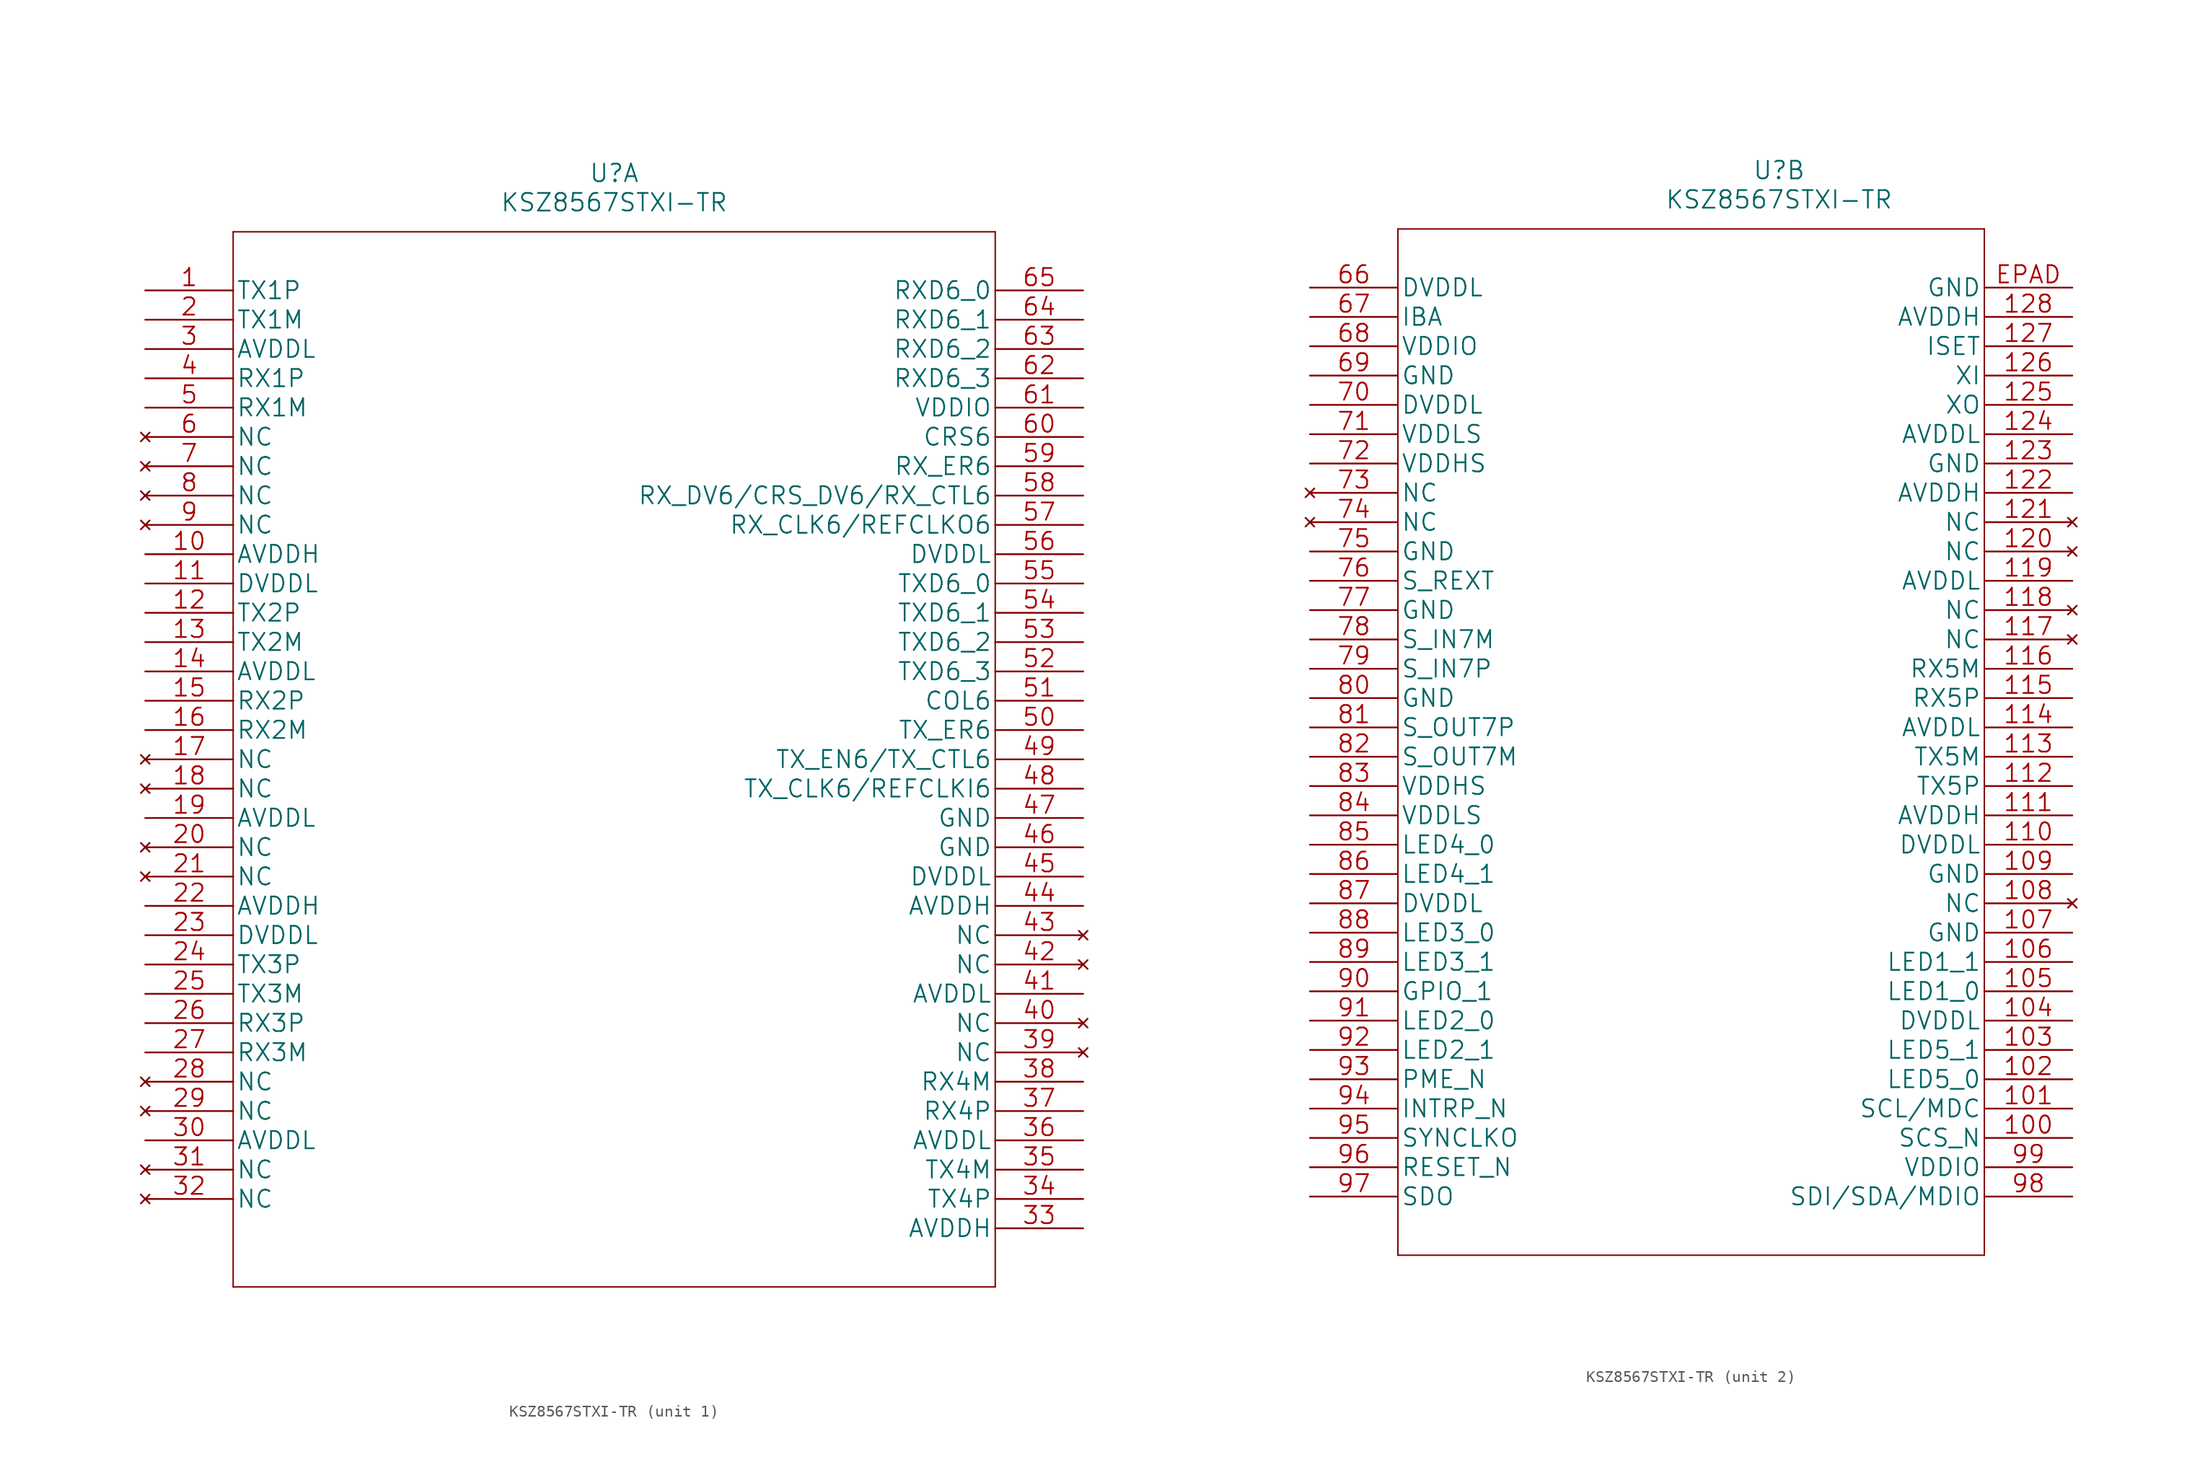
<source format=kicad_sym>
(kicad_symbol_lib
  (version 20220914)
  (generator kicad_symbol_editor)
  (symbol "KSZ8567STXI-TR"
    (pin_names
      (offset 0.254))
    (property "Reference" "U"
      (at 40.64 10.16 0)
      (effects (font (size 1.524 1.524))))
    (property "Value" "KSZ8567STXI-TR"
      (at 40.64 7.62 0)
      (effects (font (size 1.524 1.524))))
    (property "Datasheet" ""
      (at 0 0 0)
      (effects (font (size 1.524 1.524))))
    (property "ki_locked" ""
      (at 0 0 0)
      (effects (font (size 1.27 1.27))))
    (symbol "KSZ8567STXI-TR_1_1"
      (polyline (pts (xy 7.62 -86.36) (xy 73.66 -86.36)) (stroke (width 0.127) (type default)) (fill (type none)))
      (polyline (pts (xy 7.62 5.08) (xy 7.62 -86.36)) (stroke (width 0.127) (type default)) (fill (type none)))
      (polyline (pts (xy 73.66 -86.36) (xy 73.66 5.08)) (stroke (width 0.127) (type default)) (fill (type none)))
      (polyline (pts (xy 73.66 5.08) (xy 7.62 5.08)) (stroke (width 0.127) (type default)) (fill (type none)))
      (pin unspecified line (at 0 0 0) (length 7.62) (name "TX1P" (effects (font (size 1.499 1.499)))) (number "1" (effects (font (size 1.499 1.499)))))
      (pin power_in line (at 0 -22.86 0) (length 7.62) (name "AVDDH" (effects (font (size 1.499 1.499)))) (number "10" (effects (font (size 1.499 1.499)))))
      (pin power_in line (at 0 -25.4 0) (length 7.62) (name "DVDDL" (effects (font (size 1.499 1.499)))) (number "11" (effects (font (size 1.499 1.499)))))
      (pin unspecified line (at 0 -27.94 0) (length 7.62) (name "TX2P" (effects (font (size 1.499 1.499)))) (number "12" (effects (font (size 1.499 1.499)))))
      (pin unspecified line (at 0 -30.48 0) (length 7.62) (name "TX2M" (effects (font (size 1.499 1.499)))) (number "13" (effects (font (size 1.499 1.499)))))
      (pin power_in line (at 0 -33.02 0) (length 7.62) (name "AVDDL" (effects (font (size 1.499 1.499)))) (number "14" (effects (font (size 1.499 1.499)))))
      (pin unspecified line (at 0 -35.56 0) (length 7.62) (name "RX2P" (effects (font (size 1.499 1.499)))) (number "15" (effects (font (size 1.499 1.499)))))
      (pin unspecified line (at 0 -38.1 0) (length 7.62) (name "RX2M" (effects (font (size 1.499 1.499)))) (number "16" (effects (font (size 1.499 1.499)))))
      (pin no_connect line (at 0 -40.64 0) (length 7.62) (name "NC" (effects (font (size 1.499 1.499)))) (number "17" (effects (font (size 1.499 1.499)))))
      (pin no_connect line (at 0 -43.18 0) (length 7.62) (name "NC" (effects (font (size 1.499 1.499)))) (number "18" (effects (font (size 1.499 1.499)))))
      (pin power_in line (at 0 -45.72 0) (length 7.62) (name "AVDDL" (effects (font (size 1.499 1.499)))) (number "19" (effects (font (size 1.499 1.499)))))
      (pin unspecified line (at 0 -2.54 0) (length 7.62) (name "TX1M" (effects (font (size 1.499 1.499)))) (number "2" (effects (font (size 1.499 1.499)))))
      (pin no_connect line (at 0 -48.26 0) (length 7.62) (name "NC" (effects (font (size 1.499 1.499)))) (number "20" (effects (font (size 1.499 1.499)))))
      (pin no_connect line (at 0 -50.8 0) (length 7.62) (name "NC" (effects (font (size 1.499 1.499)))) (number "21" (effects (font (size 1.499 1.499)))))
      (pin power_in line (at 0 -53.34 0) (length 7.62) (name "AVDDH" (effects (font (size 1.499 1.499)))) (number "22" (effects (font (size 1.499 1.499)))))
      (pin power_in line (at 0 -55.88 0) (length 7.62) (name "DVDDL" (effects (font (size 1.499 1.499)))) (number "23" (effects (font (size 1.499 1.499)))))
      (pin unspecified line (at 0 -58.42 0) (length 7.62) (name "TX3P" (effects (font (size 1.499 1.499)))) (number "24" (effects (font (size 1.499 1.499)))))
      (pin unspecified line (at 0 -60.96 0) (length 7.62) (name "TX3M" (effects (font (size 1.499 1.499)))) (number "25" (effects (font (size 1.499 1.499)))))
      (pin unspecified line (at 0 -63.5 0) (length 7.62) (name "RX3P" (effects (font (size 1.499 1.499)))) (number "26" (effects (font (size 1.499 1.499)))))
      (pin unspecified line (at 0 -66.04 0) (length 7.62) (name "RX3M" (effects (font (size 1.499 1.499)))) (number "27" (effects (font (size 1.499 1.499)))))
      (pin no_connect line (at 0 -68.58 0) (length 7.62) (name "NC" (effects (font (size 1.499 1.499)))) (number "28" (effects (font (size 1.499 1.499)))))
      (pin no_connect line (at 0 -71.12 0) (length 7.62) (name "NC" (effects (font (size 1.499 1.499)))) (number "29" (effects (font (size 1.499 1.499)))))
      (pin power_in line (at 0 -5.08 0) (length 7.62) (name "AVDDL" (effects (font (size 1.499 1.499)))) (number "3" (effects (font (size 1.499 1.499)))))
      (pin power_in line (at 0 -73.66 0) (length 7.62) (name "AVDDL" (effects (font (size 1.499 1.499)))) (number "30" (effects (font (size 1.499 1.499)))))
      (pin no_connect line (at 0 -76.2 0) (length 7.62) (name "NC" (effects (font (size 1.499 1.499)))) (number "31" (effects (font (size 1.499 1.499)))))
      (pin no_connect line (at 0 -78.74 0) (length 7.62) (name "NC" (effects (font (size 1.499 1.499)))) (number "32" (effects (font (size 1.499 1.499)))))
      (pin power_in line (at 81.28 -81.28 180) (length 7.62) (name "AVDDH" (effects (font (size 1.499 1.499)))) (number "33" (effects (font (size 1.499 1.499)))))
      (pin unspecified line (at 81.28 -78.74 180) (length 7.62) (name "TX4P" (effects (font (size 1.499 1.499)))) (number "34" (effects (font (size 1.499 1.499)))))
      (pin unspecified line (at 81.28 -76.2 180) (length 7.62) (name "TX4M" (effects (font (size 1.499 1.499)))) (number "35" (effects (font (size 1.499 1.499)))))
      (pin power_in line (at 81.28 -73.66 180) (length 7.62) (name "AVDDL" (effects (font (size 1.499 1.499)))) (number "36" (effects (font (size 1.499 1.499)))))
      (pin unspecified line (at 81.28 -71.12 180) (length 7.62) (name "RX4P" (effects (font (size 1.499 1.499)))) (number "37" (effects (font (size 1.499 1.499)))))
      (pin unspecified line (at 81.28 -68.58 180) (length 7.62) (name "RX4M" (effects (font (size 1.499 1.499)))) (number "38" (effects (font (size 1.499 1.499)))))
      (pin no_connect line (at 81.28 -66.04 180) (length 7.62) (name "NC" (effects (font (size 1.499 1.499)))) (number "39" (effects (font (size 1.499 1.499)))))
      (pin unspecified line (at 0 -7.62 0) (length 7.62) (name "RX1P" (effects (font (size 1.499 1.499)))) (number "4" (effects (font (size 1.499 1.499)))))
      (pin no_connect line (at 81.28 -63.5 180) (length 7.62) (name "NC" (effects (font (size 1.499 1.499)))) (number "40" (effects (font (size 1.499 1.499)))))
      (pin power_in line (at 81.28 -60.96 180) (length 7.62) (name "AVDDL" (effects (font (size 1.499 1.499)))) (number "41" (effects (font (size 1.499 1.499)))))
      (pin no_connect line (at 81.28 -58.42 180) (length 7.62) (name "NC" (effects (font (size 1.499 1.499)))) (number "42" (effects (font (size 1.499 1.499)))))
      (pin no_connect line (at 81.28 -55.88 180) (length 7.62) (name "NC" (effects (font (size 1.499 1.499)))) (number "43" (effects (font (size 1.499 1.499)))))
      (pin power_in line (at 81.28 -53.34 180) (length 7.62) (name "AVDDH" (effects (font (size 1.499 1.499)))) (number "44" (effects (font (size 1.499 1.499)))))
      (pin power_in line (at 81.28 -50.8 180) (length 7.62) (name "DVDDL" (effects (font (size 1.499 1.499)))) (number "45" (effects (font (size 1.499 1.499)))))
      (pin power_in line (at 81.28 -48.26 180) (length 7.62) (name "GND" (effects (font (size 1.499 1.499)))) (number "46" (effects (font (size 1.499 1.499)))))
      (pin power_in line (at 81.28 -45.72 180) (length 7.62) (name "GND" (effects (font (size 1.499 1.499)))) (number "47" (effects (font (size 1.499 1.499)))))
      (pin bidirectional line (at 81.28 -43.18 180) (length 7.62) (name "TX_CLK6/REFCLKI6" (effects (font (size 1.499 1.499)))) (number "48" (effects (font (size 1.499 1.499)))))
      (pin input line (at 81.28 -40.64 180) (length 7.62) (name "TX_EN6/TX_CTL6" (effects (font (size 1.499 1.499)))) (number "49" (effects (font (size 1.499 1.499)))))
      (pin unspecified line (at 0 -10.16 0) (length 7.62) (name "RX1M" (effects (font (size 1.499 1.499)))) (number "5" (effects (font (size 1.499 1.499)))))
      (pin input line (at 81.28 -38.1 180) (length 7.62) (name "TX_ER6" (effects (font (size 1.499 1.499)))) (number "50" (effects (font (size 1.499 1.499)))))
      (pin bidirectional line (at 81.28 -35.56 180) (length 7.62) (name "COL6" (effects (font (size 1.499 1.499)))) (number "51" (effects (font (size 1.499 1.499)))))
      (pin input line (at 81.28 -33.02 180) (length 7.62) (name "TXD6_3" (effects (font (size 1.499 1.499)))) (number "52" (effects (font (size 1.499 1.499)))))
      (pin input line (at 81.28 -30.48 180) (length 7.62) (name "TXD6_2" (effects (font (size 1.499 1.499)))) (number "53" (effects (font (size 1.499 1.499)))))
      (pin input line (at 81.28 -27.94 180) (length 7.62) (name "TXD6_1" (effects (font (size 1.499 1.499)))) (number "54" (effects (font (size 1.499 1.499)))))
      (pin input line (at 81.28 -25.4 180) (length 7.62) (name "TXD6_0" (effects (font (size 1.499 1.499)))) (number "55" (effects (font (size 1.499 1.499)))))
      (pin power_in line (at 81.28 -22.86 180) (length 7.62) (name "DVDDL" (effects (font (size 1.499 1.499)))) (number "56" (effects (font (size 1.499 1.499)))))
      (pin bidirectional line (at 81.28 -20.32 180) (length 7.62) (name "RX_CLK6/REFCLKO6" (effects (font (size 1.499 1.499)))) (number "57" (effects (font (size 1.499 1.499)))))
      (pin bidirectional line (at 81.28 -17.78 180) (length 7.62) (name "RX_DV6/CRS_DV6/RX_CTL6" (effects (font (size 1.499 1.499)))) (number "58" (effects (font (size 1.499 1.499)))))
      (pin bidirectional line (at 81.28 -15.24 180) (length 7.62) (name "RX_ER6" (effects (font (size 1.499 1.499)))) (number "59" (effects (font (size 1.499 1.499)))))
      (pin no_connect line (at 0 -12.7 0) (length 7.62) (name "NC" (effects (font (size 1.499 1.499)))) (number "6" (effects (font (size 1.499 1.499)))))
      (pin bidirectional line (at 81.28 -12.7 180) (length 7.62) (name "CRS6" (effects (font (size 1.499 1.499)))) (number "60" (effects (font (size 1.499 1.499)))))
      (pin power_in line (at 81.28 -10.16 180) (length 7.62) (name "VDDIO" (effects (font (size 1.499 1.499)))) (number "61" (effects (font (size 1.499 1.499)))))
      (pin bidirectional line (at 81.28 -7.62 180) (length 7.62) (name "RXD6_3" (effects (font (size 1.499 1.499)))) (number "62" (effects (font (size 1.499 1.499)))))
      (pin bidirectional line (at 81.28 -5.08 180) (length 7.62) (name "RXD6_2" (effects (font (size 1.499 1.499)))) (number "63" (effects (font (size 1.499 1.499)))))
      (pin bidirectional line (at 81.28 -2.54 180) (length 7.62) (name "RXD6_1" (effects (font (size 1.499 1.499)))) (number "64" (effects (font (size 1.499 1.499)))))
      (pin bidirectional line (at 81.28 0 180) (length 7.62) (name "RXD6_0" (effects (font (size 1.499 1.499)))) (number "65" (effects (font (size 1.499 1.499)))))
      (pin no_connect line (at 0 -15.24 0) (length 7.62) (name "NC" (effects (font (size 1.499 1.499)))) (number "7" (effects (font (size 1.499 1.499)))))
      (pin no_connect line (at 0 -17.78 0) (length 7.62) (name "NC" (effects (font (size 1.499 1.499)))) (number "8" (effects (font (size 1.499 1.499)))))
      (pin no_connect line (at 0 -20.32 0) (length 7.62) (name "NC" (effects (font (size 1.499 1.499)))) (number "9" (effects (font (size 1.499 1.499))))))
    (symbol "KSZ8567STXI-TR_2_1"
      (polyline (pts (xy 7.62 -83.82) (xy 58.42 -83.82)) (stroke (width 0.127) (type default)) (fill (type none)))
      (polyline (pts (xy 7.62 5.08) (xy 7.62 -83.82)) (stroke (width 0.127) (type default)) (fill (type none)))
      (polyline (pts (xy 58.42 -83.82) (xy 58.42 5.08)) (stroke (width 0.127) (type default)) (fill (type none)))
      (polyline (pts (xy 58.42 5.08) (xy 7.62 5.08)) (stroke (width 0.127) (type default)) (fill (type none)))
      (pin input line (at 66.04 -73.66 180) (length 7.62) (name "SCS_N" (effects (font (size 1.499 1.499)))) (number "100" (effects (font (size 1.499 1.499)))))
      (pin input line (at 66.04 -71.12 180) (length 7.62) (name "SCL/MDC" (effects (font (size 1.499 1.499)))) (number "101" (effects (font (size 1.499 1.499)))))
      (pin bidirectional line (at 66.04 -68.58 180) (length 7.62) (name "LED5_0" (effects (font (size 1.499 1.499)))) (number "102" (effects (font (size 1.499 1.499)))))
      (pin bidirectional line (at 66.04 -66.04 180) (length 7.62) (name "LED5_1" (effects (font (size 1.499 1.499)))) (number "103" (effects (font (size 1.499 1.499)))))
      (pin power_in line (at 66.04 -63.5 180) (length 7.62) (name "DVDDL" (effects (font (size 1.499 1.499)))) (number "104" (effects (font (size 1.499 1.499)))))
      (pin bidirectional line (at 66.04 -60.96 180) (length 7.62) (name "LED1_0" (effects (font (size 1.499 1.499)))) (number "105" (effects (font (size 1.499 1.499)))))
      (pin bidirectional line (at 66.04 -58.42 180) (length 7.62) (name "LED1_1" (effects (font (size 1.499 1.499)))) (number "106" (effects (font (size 1.499 1.499)))))
      (pin power_in line (at 66.04 -55.88 180) (length 7.62) (name "GND" (effects (font (size 1.499 1.499)))) (number "107" (effects (font (size 1.499 1.499)))))
      (pin no_connect line (at 66.04 -53.34 180) (length 7.62) (name "NC" (effects (font (size 1.499 1.499)))) (number "108" (effects (font (size 1.499 1.499)))))
      (pin power_in line (at 66.04 -50.8 180) (length 7.62) (name "GND" (effects (font (size 1.499 1.499)))) (number "109" (effects (font (size 1.499 1.499)))))
      (pin power_in line (at 66.04 -48.26 180) (length 7.62) (name "DVDDL" (effects (font (size 1.499 1.499)))) (number "110" (effects (font (size 1.499 1.499)))))
      (pin power_in line (at 66.04 -45.72 180) (length 7.62) (name "AVDDH" (effects (font (size 1.499 1.499)))) (number "111" (effects (font (size 1.499 1.499)))))
      (pin unspecified line (at 66.04 -43.18 180) (length 7.62) (name "TX5P" (effects (font (size 1.499 1.499)))) (number "112" (effects (font (size 1.499 1.499)))))
      (pin unspecified line (at 66.04 -40.64 180) (length 7.62) (name "TX5M" (effects (font (size 1.499 1.499)))) (number "113" (effects (font (size 1.499 1.499)))))
      (pin power_in line (at 66.04 -38.1 180) (length 7.62) (name "AVDDL" (effects (font (size 1.499 1.499)))) (number "114" (effects (font (size 1.499 1.499)))))
      (pin unspecified line (at 66.04 -35.56 180) (length 7.62) (name "RX5P" (effects (font (size 1.499 1.499)))) (number "115" (effects (font (size 1.499 1.499)))))
      (pin unspecified line (at 66.04 -33.02 180) (length 7.62) (name "RX5M" (effects (font (size 1.499 1.499)))) (number "116" (effects (font (size 1.499 1.499)))))
      (pin no_connect line (at 66.04 -30.48 180) (length 7.62) (name "NC" (effects (font (size 1.499 1.499)))) (number "117" (effects (font (size 1.499 1.499)))))
      (pin no_connect line (at 66.04 -27.94 180) (length 7.62) (name "NC" (effects (font (size 1.499 1.499)))) (number "118" (effects (font (size 1.499 1.499)))))
      (pin power_in line (at 66.04 -25.4 180) (length 7.62) (name "AVDDL" (effects (font (size 1.499 1.499)))) (number "119" (effects (font (size 1.499 1.499)))))
      (pin no_connect line (at 66.04 -22.86 180) (length 7.62) (name "NC" (effects (font (size 1.499 1.499)))) (number "120" (effects (font (size 1.499 1.499)))))
      (pin no_connect line (at 66.04 -20.32 180) (length 7.62) (name "NC" (effects (font (size 1.499 1.499)))) (number "121" (effects (font (size 1.499 1.499)))))
      (pin power_in line (at 66.04 -17.78 180) (length 7.62) (name "AVDDH" (effects (font (size 1.499 1.499)))) (number "122" (effects (font (size 1.499 1.499)))))
      (pin power_in line (at 66.04 -15.24 180) (length 7.62) (name "GND" (effects (font (size 1.499 1.499)))) (number "123" (effects (font (size 1.499 1.499)))))
      (pin power_in line (at 66.04 -12.7 180) (length 7.62) (name "AVDDL" (effects (font (size 1.499 1.499)))) (number "124" (effects (font (size 1.499 1.499)))))
      (pin output line (at 66.04 -10.16 180) (length 7.62) (name "XO" (effects (font (size 1.499 1.499)))) (number "125" (effects (font (size 1.499 1.499)))))
      (pin input line (at 66.04 -7.62 180) (length 7.62) (name "XI" (effects (font (size 1.499 1.499)))) (number "126" (effects (font (size 1.499 1.499)))))
      (pin unspecified line (at 66.04 -5.08 180) (length 7.62) (name "ISET" (effects (font (size 1.499 1.499)))) (number "127" (effects (font (size 1.499 1.499)))))
      (pin power_in line (at 66.04 -2.54 180) (length 7.62) (name "AVDDH" (effects (font (size 1.499 1.499)))) (number "128" (effects (font (size 1.499 1.499)))))
      (pin power_in line (at 0 0 0) (length 7.62) (name "DVDDL" (effects (font (size 1.499 1.499)))) (number "66" (effects (font (size 1.499 1.499)))))
      (pin input line (at 0 -2.54 0) (length 7.62) (name "IBA" (effects (font (size 1.499 1.499)))) (number "67" (effects (font (size 1.499 1.499)))))
      (pin power_in line (at 0 -5.08 0) (length 7.62) (name "VDDIO" (effects (font (size 1.499 1.499)))) (number "68" (effects (font (size 1.499 1.499)))))
      (pin power_in line (at 0 -7.62 0) (length 7.62) (name "GND" (effects (font (size 1.499 1.499)))) (number "69" (effects (font (size 1.499 1.499)))))
      (pin power_in line (at 0 -10.16 0) (length 7.62) (name "DVDDL" (effects (font (size 1.499 1.499)))) (number "70" (effects (font (size 1.499 1.499)))))
      (pin power_in line (at 0 -12.7 0) (length 7.62) (name "VDDLS" (effects (font (size 1.499 1.499)))) (number "71" (effects (font (size 1.499 1.499)))))
      (pin power_in line (at 0 -15.24 0) (length 7.62) (name "VDDHS" (effects (font (size 1.499 1.499)))) (number "72" (effects (font (size 1.499 1.499)))))
      (pin no_connect line (at 0 -17.78 0) (length 7.62) (name "NC" (effects (font (size 1.499 1.499)))) (number "73" (effects (font (size 1.499 1.499)))))
      (pin no_connect line (at 0 -20.32 0) (length 7.62) (name "NC" (effects (font (size 1.499 1.499)))) (number "74" (effects (font (size 1.499 1.499)))))
      (pin power_in line (at 0 -22.86 0) (length 7.62) (name "GND" (effects (font (size 1.499 1.499)))) (number "75" (effects (font (size 1.499 1.499)))))
      (pin unspecified line (at 0 -25.4 0) (length 7.62) (name "S_REXT" (effects (font (size 1.499 1.499)))) (number "76" (effects (font (size 1.499 1.499)))))
      (pin power_in line (at 0 -27.94 0) (length 7.62) (name "GND" (effects (font (size 1.499 1.499)))) (number "77" (effects (font (size 1.499 1.499)))))
      (pin input line (at 0 -30.48 0) (length 7.62) (name "S_IN7M" (effects (font (size 1.499 1.499)))) (number "78" (effects (font (size 1.499 1.499)))))
      (pin input line (at 0 -33.02 0) (length 7.62) (name "S_IN7P" (effects (font (size 1.499 1.499)))) (number "79" (effects (font (size 1.499 1.499)))))
      (pin power_in line (at 0 -35.56 0) (length 7.62) (name "GND" (effects (font (size 1.499 1.499)))) (number "80" (effects (font (size 1.499 1.499)))))
      (pin output line (at 0 -38.1 0) (length 7.62) (name "S_OUT7P" (effects (font (size 1.499 1.499)))) (number "81" (effects (font (size 1.499 1.499)))))
      (pin output line (at 0 -40.64 0) (length 7.62) (name "S_OUT7M" (effects (font (size 1.499 1.499)))) (number "82" (effects (font (size 1.499 1.499)))))
      (pin power_in line (at 0 -43.18 0) (length 7.62) (name "VDDHS" (effects (font (size 1.499 1.499)))) (number "83" (effects (font (size 1.499 1.499)))))
      (pin power_in line (at 0 -45.72 0) (length 7.62) (name "VDDLS" (effects (font (size 1.499 1.499)))) (number "84" (effects (font (size 1.499 1.499)))))
      (pin bidirectional line (at 0 -48.26 0) (length 7.62) (name "LED4_0" (effects (font (size 1.499 1.499)))) (number "85" (effects (font (size 1.499 1.499)))))
      (pin bidirectional line (at 0 -50.8 0) (length 7.62) (name "LED4_1" (effects (font (size 1.499 1.499)))) (number "86" (effects (font (size 1.499 1.499)))))
      (pin power_in line (at 0 -53.34 0) (length 7.62) (name "DVDDL" (effects (font (size 1.499 1.499)))) (number "87" (effects (font (size 1.499 1.499)))))
      (pin bidirectional line (at 0 -55.88 0) (length 7.62) (name "LED3_0" (effects (font (size 1.499 1.499)))) (number "88" (effects (font (size 1.499 1.499)))))
      (pin bidirectional line (at 0 -58.42 0) (length 7.62) (name "LED3_1" (effects (font (size 1.499 1.499)))) (number "89" (effects (font (size 1.499 1.499)))))
      (pin bidirectional line (at 0 -60.96 0) (length 7.62) (name "GPIO_1" (effects (font (size 1.499 1.499)))) (number "90" (effects (font (size 1.499 1.499)))))
      (pin bidirectional line (at 0 -63.5 0) (length 7.62) (name "LED2_0" (effects (font (size 1.499 1.499)))) (number "91" (effects (font (size 1.499 1.499)))))
      (pin bidirectional line (at 0 -66.04 0) (length 7.62) (name "LED2_1" (effects (font (size 1.499 1.499)))) (number "92" (effects (font (size 1.499 1.499)))))
      (pin output line (at 0 -68.58 0) (length 7.62) (name "PME_N" (effects (font (size 1.499 1.499)))) (number "93" (effects (font (size 1.499 1.499)))))
      (pin output line (at 0 -71.12 0) (length 7.62) (name "INTRP_N" (effects (font (size 1.499 1.499)))) (number "94" (effects (font (size 1.499 1.499)))))
      (pin bidirectional line (at 0 -73.66 0) (length 7.62) (name "SYNCLKO" (effects (font (size 1.499 1.499)))) (number "95" (effects (font (size 1.499 1.499)))))
      (pin input line (at 0 -76.2 0) (length 7.62) (name "RESET_N" (effects (font (size 1.499 1.499)))) (number "96" (effects (font (size 1.499 1.499)))))
      (pin output line (at 0 -78.74 0) (length 7.62) (name "SDO" (effects (font (size 1.499 1.499)))) (number "97" (effects (font (size 1.499 1.499)))))
      (pin bidirectional line (at 66.04 -78.74 180) (length 7.62) (name "SDI/SDA/MDIO" (effects (font (size 1.499 1.499)))) (number "98" (effects (font (size 1.499 1.499)))))
      (pin power_in line (at 66.04 -76.2 180) (length 7.62) (name "VDDIO" (effects (font (size 1.499 1.499)))) (number "99" (effects (font (size 1.499 1.499)))))
      (pin power_in line (at 66.04 0 180) (length 7.62) (name "GND" (effects (font (size 1.499 1.499)))) (number "EPAD" (effects (font (size 1.499 1.499))))))))
</source>
